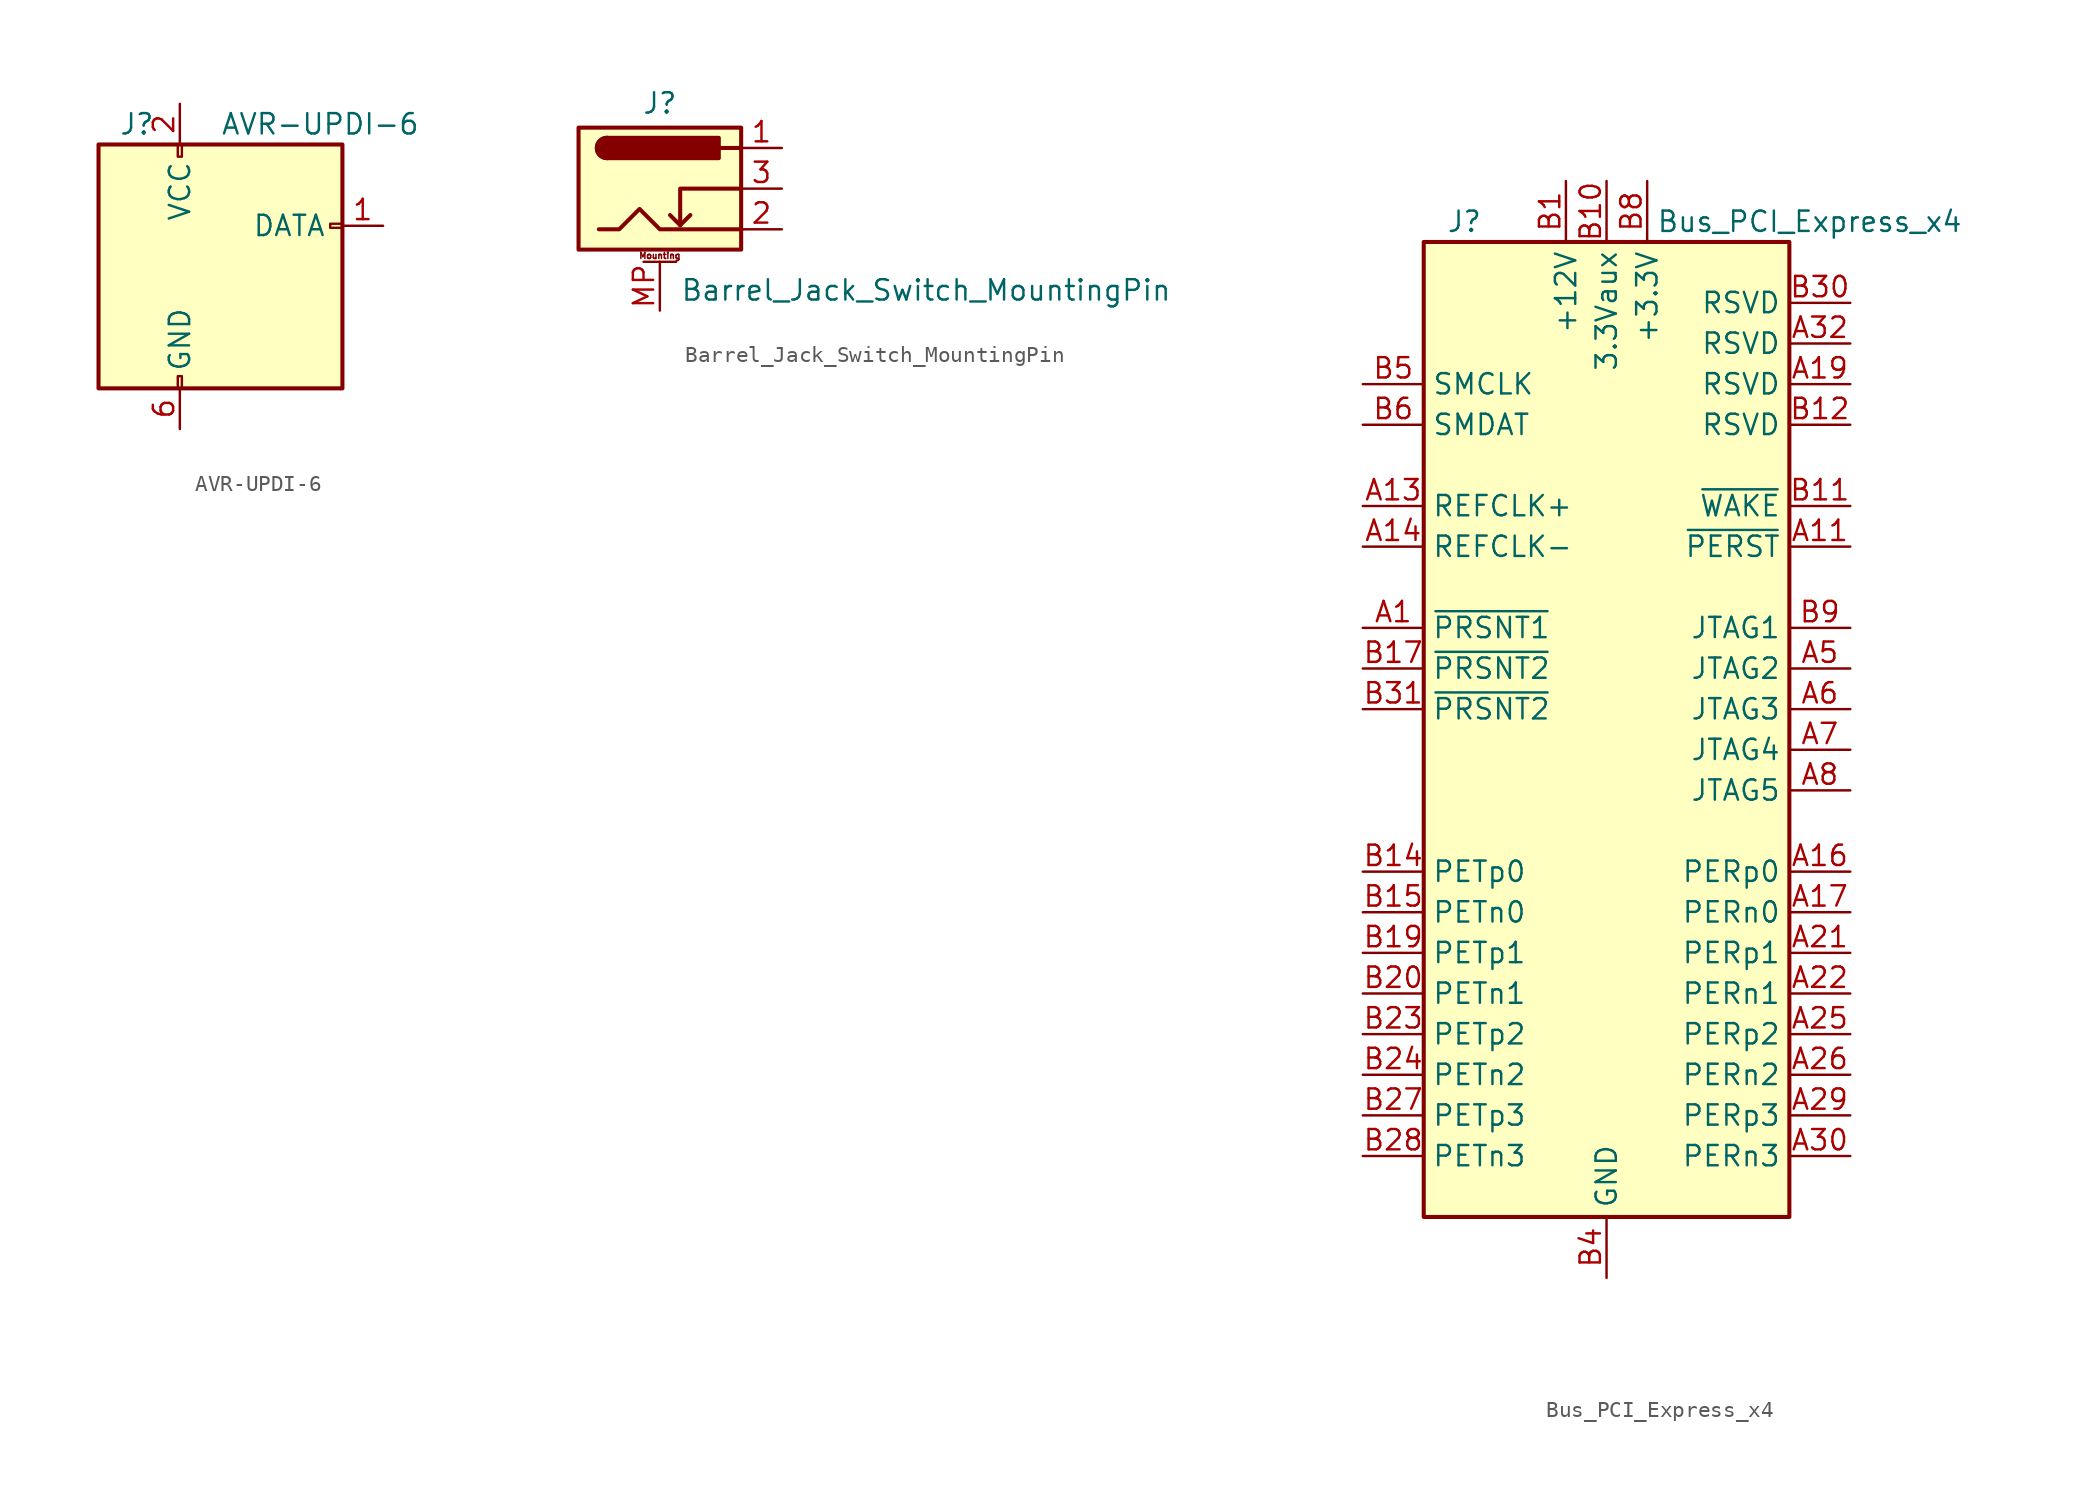
<source format=kicad_sym>
(kicad_symbol_lib
  (version 20241209)
  (generator "kicad_symbol_editor")
  (generator_version "9.0")
  (symbol "AVR-UPDI-6"
    (pin_names
      (offset 1.016))
    (property "Reference" "J"
      (at -6.35 8.89 0)
      (effects (font (size 1.27 1.27)) (justify left)))
    (property "Value" "AVR-UPDI-6"
      (at 0 8.89 0)
      (effects (font (size 1.27 1.27)) (justify left)))
    (symbol "AVR-UPDI-6_0_1"
      (rectangle (start -2.667 7.62) (end -2.413 6.858) (stroke (width 0) (type default)) (fill (type none)))
      (rectangle (start -2.667 -6.858) (end -2.413 -7.62) (stroke (width 0) (type default)) (fill (type none)))
      (rectangle (start 7.62 7.62) (end -7.62 -7.62) (stroke (width 0.254) (type default)) (fill (type background)))
      (rectangle (start 7.62 2.667) (end 6.858 2.413) (stroke (width 0) (type default)) (fill (type none))))
    (symbol "AVR-UPDI-6_1_1"
      (pin passive line (at -2.54 10.16 270) (length 2.54) (name "VCC" (effects (font (size 1.27 1.27)))) (number "2" (effects (font (size 1.27 1.27)))))
      (pin passive line (at -2.54 -10.16 90) (length 2.54) (name "GND" (effects (font (size 1.27 1.27)))) (number "6" (effects (font (size 1.27 1.27)))))
      (pin no_connect line (at 7.62 0 180) (length 2.54) (hide yes) (name "NC" (effects (font (size 1.27 1.27)))) (number "3" (effects (font (size 1.27 1.27)))))
      (pin no_connect line (at 7.62 -2.54 180) (length 2.54) (hide yes) (name "NC" (effects (font (size 1.27 1.27)))) (number "4" (effects (font (size 1.27 1.27)))))
      (pin no_connect line (at 7.62 -5.08 180) (length 2.54) (hide yes) (name "NC" (effects (font (size 1.27 1.27)))) (number "5" (effects (font (size 1.27 1.27)))))
      (pin passive line (at 10.16 2.54 180) (length 2.54) (name "DATA" (effects (font (size 1.27 1.27)))) (number "1" (effects (font (size 1.27 1.27)))))))
  (symbol "Barrel_Jack_Switch_MountingPin"
    (pin_names
      (hide yes))
    (property "Reference" "J"
      (at 0 5.334 0)
      (effects (font (size 1.27 1.27))))
    (property "Value" "Barrel_Jack_Switch_MountingPin"
      (at 1.27 -6.35 0)
      (effects (font (size 1.27 1.27)) (justify left)))
    (symbol "Barrel_Jack_Switch_MountingPin_0_1"
      (rectangle (start -5.08 3.81) (end 5.08 -3.81) (stroke (width 0.254) (type default)) (fill (type background)))
      (polyline (pts (xy -3.81 -2.54) (xy -2.54 -2.54) (xy -1.27 -1.27) (xy 0 -2.54) (xy 2.54 -2.54) (xy 5.08 -2.54)) (stroke (width 0.254) (type default)) (fill (type none)))
      (arc (start -3.302 1.905) (mid -3.9343 2.54) (end -3.302 3.175) (stroke (width 0.254) (type default)) (fill (type none)))
      (arc (start -3.302 1.905) (mid -3.9343 2.54) (end -3.302 3.175) (stroke (width 0.254) (type default)) (fill (type outline)))
      (polyline (pts (xy 1.27 -2.286) (xy 1.905 -1.651)) (stroke (width 0.254) (type default)) (fill (type none)))
      (rectangle (start 3.683 3.175) (end -3.302 1.905) (stroke (width 0.254) (type default)) (fill (type outline)))
      (polyline (pts (xy 5.08 2.54) (xy 3.81 2.54)) (stroke (width 0.254) (type default)) (fill (type none)))
      (polyline (pts (xy 5.08 0) (xy 1.27 0) (xy 1.27 -2.286) (xy 0.635 -1.651)) (stroke (width 0.254) (type default)) (fill (type none))))
    (symbol "Barrel_Jack_Switch_MountingPin_1_1"
      (polyline (pts (xy -1.016 -4.572) (xy 1.016 -4.572)) (stroke (width 0.152) (type default)) (fill (type none)))
      (text "Mounting" (at 0 -4.191 0) (effects (font (size 0.381 0.381))))
      (pin passive line (at 0 -7.62 90) (length 3.048) (name "MountPin" (effects (font (size 1.27 1.27)))) (number "MP" (effects (font (size 1.27 1.27)))))
      (pin passive line (at 7.62 2.54 180) (length 2.54) (name "~" (effects (font (size 1.27 1.27)))) (number "1" (effects (font (size 1.27 1.27)))))
      (pin passive line (at 7.62 0 180) (length 2.54) (name "~" (effects (font (size 1.27 1.27)))) (number "3" (effects (font (size 1.27 1.27)))))
      (pin passive line (at 7.62 -2.54 180) (length 2.54) (name "~" (effects (font (size 1.27 1.27)))) (number "2" (effects (font (size 1.27 1.27)))))))
  (symbol "Bus_PCI_Express_x4"
    (property "Reference" "J"
      (at -8.89 33.02 0)
      (effects (font (size 1.27 1.27))))
    (property "Value" "Bus_PCI_Express_x4"
      (at 12.7 33.02 0)
      (effects (font (size 1.27 1.27))))
    (symbol "Bus_PCI_Express_x4_0_1"
      (rectangle (start -11.43 31.75) (end 11.43 -29.21) (stroke (width 0.254) (type default)) (fill (type background))))
    (symbol "Bus_PCI_Express_x4_1_1"
      (pin input line (at -15.24 22.86 0) (length 3.81) (name "SMCLK" (effects (font (size 1.27 1.27)))) (number "B5" (effects (font (size 1.27 1.27)))))
      (pin bidirectional line (at -15.24 20.32 0) (length 3.81) (name "SMDAT" (effects (font (size 1.27 1.27)))) (number "B6" (effects (font (size 1.27 1.27)))))
      (pin input line (at -15.24 15.24 0) (length 3.81) (name "REFCLK+" (effects (font (size 1.27 1.27)))) (number "A13" (effects (font (size 1.27 1.27)))))
      (pin input line (at -15.24 12.7 0) (length 3.81) (name "REFCLK-" (effects (font (size 1.27 1.27)))) (number "A14" (effects (font (size 1.27 1.27)))))
      (pin passive line (at -15.24 7.62 0) (length 3.81) (name "~{PRSNT1}" (effects (font (size 1.27 1.27)))) (number "A1" (effects (font (size 1.27 1.27)))))
      (pin passive line (at -15.24 5.08 0) (length 3.81) (name "~{PRSNT2}" (effects (font (size 1.27 1.27)))) (number "B17" (effects (font (size 1.27 1.27)))))
      (pin passive line (at -15.24 2.54 0) (length 3.81) (name "~{PRSNT2}" (effects (font (size 1.27 1.27)))) (number "B31" (effects (font (size 1.27 1.27)))))
      (pin input line (at -15.24 -7.62 0) (length 3.81) (name "PETp0" (effects (font (size 1.27 1.27)))) (number "B14" (effects (font (size 1.27 1.27)))))
      (pin input line (at -15.24 -10.16 0) (length 3.81) (name "PETn0" (effects (font (size 1.27 1.27)))) (number "B15" (effects (font (size 1.27 1.27)))))
      (pin input line (at -15.24 -12.7 0) (length 3.81) (name "PETp1" (effects (font (size 1.27 1.27)))) (number "B19" (effects (font (size 1.27 1.27)))))
      (pin input line (at -15.24 -15.24 0) (length 3.81) (name "PETn1" (effects (font (size 1.27 1.27)))) (number "B20" (effects (font (size 1.27 1.27)))))
      (pin input line (at -15.24 -17.78 0) (length 3.81) (name "PETp2" (effects (font (size 1.27 1.27)))) (number "B23" (effects (font (size 1.27 1.27)))))
      (pin input line (at -15.24 -20.32 0) (length 3.81) (name "PETn2" (effects (font (size 1.27 1.27)))) (number "B24" (effects (font (size 1.27 1.27)))))
      (pin input line (at -15.24 -22.86 0) (length 3.81) (name "PETp3" (effects (font (size 1.27 1.27)))) (number "B27" (effects (font (size 1.27 1.27)))))
      (pin input line (at -15.24 -25.4 0) (length 3.81) (name "PETn3" (effects (font (size 1.27 1.27)))) (number "B28" (effects (font (size 1.27 1.27)))))
      (pin passive line (at -2.54 35.56 270) (length 3.81) (hide yes) (name "+12V" (effects (font (size 1.27 1.27)))) (number "A2" (effects (font (size 1.27 1.27)))))
      (pin passive line (at -2.54 35.56 270) (length 3.81) (hide yes) (name "+12V" (effects (font (size 1.27 1.27)))) (number "A3" (effects (font (size 1.27 1.27)))))
      (pin power_in line (at -2.54 35.56 270) (length 3.81) (name "+12V" (effects (font (size 1.27 1.27)))) (number "B1" (effects (font (size 1.27 1.27)))))
      (pin passive line (at -2.54 35.56 270) (length 3.81) (hide yes) (name "+12V" (effects (font (size 1.27 1.27)))) (number "B2" (effects (font (size 1.27 1.27)))))
      (pin passive line (at -2.54 35.56 270) (length 3.81) (hide yes) (name "+12V" (effects (font (size 1.27 1.27)))) (number "B3" (effects (font (size 1.27 1.27)))))
      (pin power_in line (at 0 35.56 270) (length 3.81) (name "3.3Vaux" (effects (font (size 1.27 1.27)))) (number "B10" (effects (font (size 1.27 1.27)))))
      (pin passive line (at 0 -33.02 90) (length 3.81) (hide yes) (name "GND" (effects (font (size 1.27 1.27)))) (number "A12" (effects (font (size 1.27 1.27)))))
      (pin passive line (at 0 -33.02 90) (length 3.81) (hide yes) (name "GND" (effects (font (size 1.27 1.27)))) (number "A15" (effects (font (size 1.27 1.27)))))
      (pin passive line (at 0 -33.02 90) (length 3.81) (hide yes) (name "GND" (effects (font (size 1.27 1.27)))) (number "A18" (effects (font (size 1.27 1.27)))))
      (pin passive line (at 0 -33.02 90) (length 3.81) (hide yes) (name "GND" (effects (font (size 1.27 1.27)))) (number "A20" (effects (font (size 1.27 1.27)))))
      (pin passive line (at 0 -33.02 90) (length 3.81) (hide yes) (name "GND" (effects (font (size 1.27 1.27)))) (number "A23" (effects (font (size 1.27 1.27)))))
      (pin passive line (at 0 -33.02 90) (length 3.81) (hide yes) (name "GND" (effects (font (size 1.27 1.27)))) (number "A24" (effects (font (size 1.27 1.27)))))
      (pin passive line (at 0 -33.02 90) (length 3.81) (hide yes) (name "GND" (effects (font (size 1.27 1.27)))) (number "A27" (effects (font (size 1.27 1.27)))))
      (pin passive line (at 0 -33.02 90) (length 3.81) (hide yes) (name "GND" (effects (font (size 1.27 1.27)))) (number "A28" (effects (font (size 1.27 1.27)))))
      (pin passive line (at 0 -33.02 90) (length 3.81) (hide yes) (name "GND" (effects (font (size 1.27 1.27)))) (number "A31" (effects (font (size 1.27 1.27)))))
      (pin passive line (at 0 -33.02 90) (length 3.81) (hide yes) (name "GND" (effects (font (size 1.27 1.27)))) (number "A4" (effects (font (size 1.27 1.27)))))
      (pin passive line (at 0 -33.02 90) (length 3.81) (hide yes) (name "GND" (effects (font (size 1.27 1.27)))) (number "B13" (effects (font (size 1.27 1.27)))))
      (pin passive line (at 0 -33.02 90) (length 3.81) (hide yes) (name "GND" (effects (font (size 1.27 1.27)))) (number "B16" (effects (font (size 1.27 1.27)))))
      (pin passive line (at 0 -33.02 90) (length 3.81) (hide yes) (name "GND" (effects (font (size 1.27 1.27)))) (number "B18" (effects (font (size 1.27 1.27)))))
      (pin passive line (at 0 -33.02 90) (length 3.81) (hide yes) (name "GND" (effects (font (size 1.27 1.27)))) (number "B21" (effects (font (size 1.27 1.27)))))
      (pin passive line (at 0 -33.02 90) (length 3.81) (hide yes) (name "GND" (effects (font (size 1.27 1.27)))) (number "B22" (effects (font (size 1.27 1.27)))))
      (pin passive line (at 0 -33.02 90) (length 3.81) (hide yes) (name "GND" (effects (font (size 1.27 1.27)))) (number "B25" (effects (font (size 1.27 1.27)))))
      (pin passive line (at 0 -33.02 90) (length 3.81) (hide yes) (name "GND" (effects (font (size 1.27 1.27)))) (number "B26" (effects (font (size 1.27 1.27)))))
      (pin passive line (at 0 -33.02 90) (length 3.81) (hide yes) (name "GND" (effects (font (size 1.27 1.27)))) (number "B29" (effects (font (size 1.27 1.27)))))
      (pin passive line (at 0 -33.02 90) (length 3.81) (hide yes) (name "GND" (effects (font (size 1.27 1.27)))) (number "B32" (effects (font (size 1.27 1.27)))))
      (pin power_in line (at 0 -33.02 90) (length 3.81) (name "GND" (effects (font (size 1.27 1.27)))) (number "B4" (effects (font (size 1.27 1.27)))))
      (pin passive line (at 0 -33.02 90) (length 3.81) (hide yes) (name "GND" (effects (font (size 1.27 1.27)))) (number "B7" (effects (font (size 1.27 1.27)))))
      (pin passive line (at 2.54 35.56 270) (length 3.81) (hide yes) (name "+3.3V" (effects (font (size 1.27 1.27)))) (number "A10" (effects (font (size 1.27 1.27)))))
      (pin passive line (at 2.54 35.56 270) (length 3.81) (hide yes) (name "+3.3V" (effects (font (size 1.27 1.27)))) (number "A9" (effects (font (size 1.27 1.27)))))
      (pin power_in line (at 2.54 35.56 270) (length 3.81) (name "+3.3V" (effects (font (size 1.27 1.27)))) (number "B8" (effects (font (size 1.27 1.27)))))
      (pin passive line (at 15.24 27.94 180) (length 3.81) (name "RSVD" (effects (font (size 1.27 1.27)))) (number "B30" (effects (font (size 1.27 1.27)))))
      (pin passive line (at 15.24 25.4 180) (length 3.81) (name "RSVD" (effects (font (size 1.27 1.27)))) (number "A32" (effects (font (size 1.27 1.27)))))
      (pin passive line (at 15.24 22.86 180) (length 3.81) (name "RSVD" (effects (font (size 1.27 1.27)))) (number "A19" (effects (font (size 1.27 1.27)))))
      (pin passive line (at 15.24 20.32 180) (length 3.81) (name "RSVD" (effects (font (size 1.27 1.27)))) (number "B12" (effects (font (size 1.27 1.27)))))
      (pin open_collector line (at 15.24 15.24 180) (length 3.81) (name "~{WAKE}" (effects (font (size 1.27 1.27)))) (number "B11" (effects (font (size 1.27 1.27)))))
      (pin input line (at 15.24 12.7 180) (length 3.81) (name "~{PERST}" (effects (font (size 1.27 1.27)))) (number "A11" (effects (font (size 1.27 1.27)))))
      (pin input line (at 15.24 7.62 180) (length 3.81) (name "JTAG1" (effects (font (size 1.27 1.27)))) (number "B9" (effects (font (size 1.27 1.27)))))
      (pin input line (at 15.24 5.08 180) (length 3.81) (name "JTAG2" (effects (font (size 1.27 1.27)))) (number "A5" (effects (font (size 1.27 1.27)))))
      (pin input line (at 15.24 2.54 180) (length 3.81) (name "JTAG3" (effects (font (size 1.27 1.27)))) (number "A6" (effects (font (size 1.27 1.27)))))
      (pin output line (at 15.24 0 180) (length 3.81) (name "JTAG4" (effects (font (size 1.27 1.27)))) (number "A7" (effects (font (size 1.27 1.27)))))
      (pin input line (at 15.24 -2.54 180) (length 3.81) (name "JTAG5" (effects (font (size 1.27 1.27)))) (number "A8" (effects (font (size 1.27 1.27)))))
      (pin output line (at 15.24 -7.62 180) (length 3.81) (name "PERp0" (effects (font (size 1.27 1.27)))) (number "A16" (effects (font (size 1.27 1.27)))))
      (pin output line (at 15.24 -10.16 180) (length 3.81) (name "PERn0" (effects (font (size 1.27 1.27)))) (number "A17" (effects (font (size 1.27 1.27)))))
      (pin output line (at 15.24 -12.7 180) (length 3.81) (name "PERp1" (effects (font (size 1.27 1.27)))) (number "A21" (effects (font (size 1.27 1.27)))))
      (pin output line (at 15.24 -15.24 180) (length 3.81) (name "PERn1" (effects (font (size 1.27 1.27)))) (number "A22" (effects (font (size 1.27 1.27)))))
      (pin output line (at 15.24 -17.78 180) (length 3.81) (name "PERp2" (effects (font (size 1.27 1.27)))) (number "A25" (effects (font (size 1.27 1.27)))))
      (pin output line (at 15.24 -20.32 180) (length 3.81) (name "PERn2" (effects (font (size 1.27 1.27)))) (number "A26" (effects (font (size 1.27 1.27)))))
      (pin output line (at 15.24 -22.86 180) (length 3.81) (name "PERp3" (effects (font (size 1.27 1.27)))) (number "A29" (effects (font (size 1.27 1.27)))))
      (pin output line (at 15.24 -25.4 180) (length 3.81) (name "PERn3" (effects (font (size 1.27 1.27)))) (number "A30" (effects (font (size 1.27 1.27))))))))
</source>
